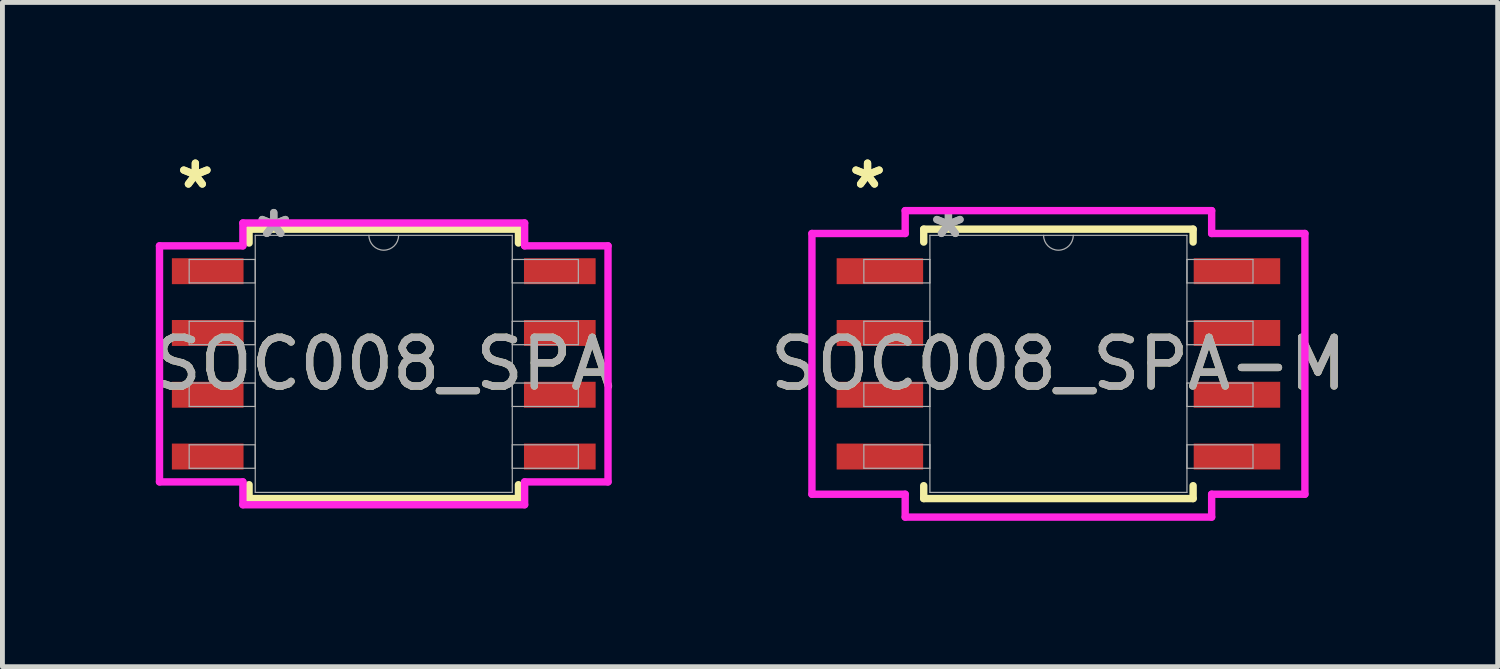
<source format=kicad_pcb>
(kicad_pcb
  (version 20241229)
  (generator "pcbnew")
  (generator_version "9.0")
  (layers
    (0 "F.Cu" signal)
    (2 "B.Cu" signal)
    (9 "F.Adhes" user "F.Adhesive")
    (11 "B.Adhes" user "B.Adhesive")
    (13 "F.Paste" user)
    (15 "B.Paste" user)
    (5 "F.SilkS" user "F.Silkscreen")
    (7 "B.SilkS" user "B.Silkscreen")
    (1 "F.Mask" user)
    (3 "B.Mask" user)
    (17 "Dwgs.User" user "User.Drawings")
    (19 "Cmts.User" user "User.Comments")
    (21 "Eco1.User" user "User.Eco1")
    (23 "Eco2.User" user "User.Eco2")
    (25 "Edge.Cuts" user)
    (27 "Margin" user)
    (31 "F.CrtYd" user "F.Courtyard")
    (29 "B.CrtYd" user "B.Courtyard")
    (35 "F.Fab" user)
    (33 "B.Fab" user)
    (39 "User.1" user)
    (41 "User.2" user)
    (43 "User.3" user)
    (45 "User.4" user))
  (footprint "SOC008_SPA-M"
    (layer "F.Cu")
    (at 18.708 4.43)
    (property "Reference" "SOC008_SPA-M" (at 0 0 0) (unlocked yes) (layer "F.SilkS") (effects (font (size 1 1) (thickness 0.15))))
    (attr smd)
    (fp_line (start -2.769 -2.769) (end -2.769 -2.504) (stroke (width 0.152) (type solid)) (layer "F.SilkS"))
    (fp_line (start -2.769 2.504) (end -2.769 2.769) (stroke (width 0.152) (type solid)) (layer "F.SilkS"))
    (fp_line (start -2.769 2.769) (end 2.769 2.769) (stroke (width 0.152) (type solid)) (layer "F.SilkS"))
    (fp_line (start 2.769 -2.769) (end -2.769 -2.769) (stroke (width 0.152) (type solid)) (layer "F.SilkS"))
    (fp_line (start 2.769 -2.504) (end 2.769 -2.769) (stroke (width 0.152) (type solid)) (layer "F.SilkS"))
    (fp_line (start 2.769 2.769) (end 2.769 2.504) (stroke (width 0.152) (type solid)) (layer "F.SilkS"))
    (fp_line (start -5.067 -2.68) (end -3.15 -2.68) (stroke (width 0.152) (type solid)) (layer "F.CrtYd"))
    (fp_line (start -5.067 2.68) (end -5.067 -2.68) (stroke (width 0.152) (type solid)) (layer "F.CrtYd"))
    (fp_line (start -5.067 2.68) (end -3.15 2.68) (stroke (width 0.152) (type solid)) (layer "F.CrtYd"))
    (fp_line (start -3.15 -3.15) (end 3.15 -3.15) (stroke (width 0.152) (type solid)) (layer "F.CrtYd"))
    (fp_line (start -3.15 -2.68) (end -3.15 -3.15) (stroke (width 0.152) (type solid)) (layer "F.CrtYd"))
    (fp_line (start -3.15 3.15) (end -3.15 2.68) (stroke (width 0.152) (type solid)) (layer "F.CrtYd"))
    (fp_line (start 3.15 -3.15) (end 3.15 -2.68) (stroke (width 0.152) (type solid)) (layer "F.CrtYd"))
    (fp_line (start 3.15 2.68) (end 3.15 3.15) (stroke (width 0.152) (type solid)) (layer "F.CrtYd"))
    (fp_line (start 3.15 3.15) (end -3.15 3.15) (stroke (width 0.152) (type solid)) (layer "F.CrtYd"))
    (fp_line (start 5.067 -2.68) (end 3.15 -2.68) (stroke (width 0.152) (type solid)) (layer "F.CrtYd"))
    (fp_line (start 5.067 -2.68) (end 5.067 2.68) (stroke (width 0.152) (type solid)) (layer "F.CrtYd"))
    (fp_line (start 5.067 2.68) (end 3.15 2.68) (stroke (width 0.152) (type solid)) (layer "F.CrtYd"))
    (fp_line (start -4 -2.146) (end -4 -1.664) (stroke (width 0.025) (type solid)) (layer "F.Fab"))
    (fp_line (start -4 -1.664) (end -2.642 -1.664) (stroke (width 0.025) (type solid)) (layer "F.Fab"))
    (fp_line (start -4 -0.876) (end -4 -0.394) (stroke (width 0.025) (type solid)) (layer "F.Fab"))
    (fp_line (start -4 -0.394) (end -2.642 -0.394) (stroke (width 0.025) (type solid)) (layer "F.Fab"))
    (fp_line (start -4 0.394) (end -4 0.876) (stroke (width 0.025) (type solid)) (layer "F.Fab"))
    (fp_line (start -4 0.876) (end -2.642 0.876) (stroke (width 0.025) (type solid)) (layer "F.Fab"))
    (fp_line (start -4 1.664) (end -4 2.146) (stroke (width 0.025) (type solid)) (layer "F.Fab"))
    (fp_line (start -4 2.146) (end -2.642 2.146) (stroke (width 0.025) (type solid)) (layer "F.Fab"))
    (fp_line (start -2.642 -2.642) (end -2.642 2.642) (stroke (width 0.025) (type solid)) (layer "F.Fab"))
    (fp_line (start -2.642 -2.146) (end -4 -2.146) (stroke (width 0.025) (type solid)) (layer "F.Fab"))
    (fp_line (start -2.642 -1.664) (end -2.642 -2.146) (stroke (width 0.025) (type solid)) (layer "F.Fab"))
    (fp_line (start -2.642 -0.876) (end -4 -0.876) (stroke (width 0.025) (type solid)) (layer "F.Fab"))
    (fp_line (start -2.642 -0.394) (end -2.642 -0.876) (stroke (width 0.025) (type solid)) (layer "F.Fab"))
    (fp_line (start -2.642 0.394) (end -4 0.394) (stroke (width 0.025) (type solid)) (layer "F.Fab"))
    (fp_line (start -2.642 0.876) (end -2.642 0.394) (stroke (width 0.025) (type solid)) (layer "F.Fab"))
    (fp_line (start -2.642 1.664) (end -4 1.664) (stroke (width 0.025) (type solid)) (layer "F.Fab"))
    (fp_line (start -2.642 2.146) (end -2.642 1.664) (stroke (width 0.025) (type solid)) (layer "F.Fab"))
    (fp_line (start -2.642 2.642) (end 2.642 2.642) (stroke (width 0.025) (type solid)) (layer "F.Fab"))
    (fp_line (start 2.642 -2.642) (end -2.642 -2.642) (stroke (width 0.025) (type solid)) (layer "F.Fab"))
    (fp_line (start 2.642 -2.146) (end 2.642 -1.664) (stroke (width 0.025) (type solid)) (layer "F.Fab"))
    (fp_line (start 2.642 -1.664) (end 4 -1.664) (stroke (width 0.025) (type solid)) (layer "F.Fab"))
    (fp_line (start 2.642 -0.876) (end 2.642 -0.394) (stroke (width 0.025) (type solid)) (layer "F.Fab"))
    (fp_line (start 2.642 -0.394) (end 4 -0.394) (stroke (width 0.025) (type solid)) (layer "F.Fab"))
    (fp_line (start 2.642 0.394) (end 2.642 0.876) (stroke (width 0.025) (type solid)) (layer "F.Fab"))
    (fp_line (start 2.642 0.876) (end 4 0.876) (stroke (width 0.025) (type solid)) (layer "F.Fab"))
    (fp_line (start 2.642 1.664) (end 2.642 2.146) (stroke (width 0.025) (type solid)) (layer "F.Fab"))
    (fp_line (start 2.642 2.146) (end 4 2.146) (stroke (width 0.025) (type solid)) (layer "F.Fab"))
    (fp_line (start 2.642 2.642) (end 2.642 -2.642) (stroke (width 0.025) (type solid)) (layer "F.Fab"))
    (fp_line (start 4 -2.146) (end 2.642 -2.146) (stroke (width 0.025) (type solid)) (layer "F.Fab"))
    (fp_line (start 4 -1.664) (end 4 -2.146) (stroke (width 0.025) (type solid)) (layer "F.Fab"))
    (fp_line (start 4 -0.876) (end 2.642 -0.876) (stroke (width 0.025) (type solid)) (layer "F.Fab"))
    (fp_line (start 4 -0.394) (end 4 -0.876) (stroke (width 0.025) (type solid)) (layer "F.Fab"))
    (fp_line (start 4 0.394) (end 2.642 0.394) (stroke (width 0.025) (type solid)) (layer "F.Fab"))
    (fp_line (start 4 0.876) (end 4 0.394) (stroke (width 0.025) (type solid)) (layer "F.Fab"))
    (fp_line (start 4 1.664) (end 2.642 1.664) (stroke (width 0.025) (type solid)) (layer "F.Fab"))
    (fp_line (start 4 2.146) (end 4 1.664) (stroke (width 0.025) (type solid)) (layer "F.Fab"))
    (fp_arc (start 0.3048 -2.6416) (mid 0 -2.3368) (end -0.3048 -2.6416) (stroke (width 0.0254) (type solid)) (layer "F.Fab"))
    (fp_text user "*" (at -3.924 -3.581 0) (layer "F.SilkS") (effects (font (size 1 1) (thickness 0.15))))
    (fp_text user "*" (at -3.924 -3.581 0) (unlocked yes) (layer "F.SilkS") (effects (font (size 1 1) (thickness 0.15))))
    (fp_text user "*" (at -2.261 -2.565 0) (layer "F.Fab") (effects (font (size 1 1) (thickness 0.15))))
    (fp_text user "*" (at -2.261 -2.565 0) (unlocked yes) (layer "F.Fab") (effects (font (size 1 1) (thickness 0.15))))
    (fp_text user "${REFERENCE}" (at 0 0 0) (unlocked yes) (layer "F.Fab") (effects (font (size 1 1) (thickness 0.15))))
    (pad "1" smd rect (at -3.67 -1.905) (size 1.778 0.533) (layers "F.Cu" "F.Mask" "F.Paste"))
    (pad "2" smd rect (at -3.67 -0.635) (size 1.778 0.533) (layers "F.Cu" "F.Mask" "F.Paste"))
    (pad "3" smd rect (at -3.67 0.635) (size 1.778 0.533) (layers "F.Cu" "F.Mask" "F.Paste"))
    (pad "4" smd rect (at -3.67 1.905) (size 1.778 0.533) (layers "F.Cu" "F.Mask" "F.Paste"))
    (pad "5" smd rect (at 3.67 1.905) (size 1.778 0.533) (layers "F.Cu" "F.Mask" "F.Paste"))
    (pad "6" smd rect (at 3.67 0.635) (size 1.778 0.533) (layers "F.Cu" "F.Mask" "F.Paste"))
    (pad "7" smd rect (at 3.67 -0.635) (size 1.778 0.533) (layers "F.Cu" "F.Mask" "F.Paste"))
    (pad "8" smd rect (at 3.67 -1.905) (size 1.778 0.533) (layers "F.Cu" "F.Mask" "F.Paste")))
  (footprint "SOC008_SPA"
    (layer "F.Cu")
    (at 4.839 4.43)
    (property "Reference" "SOC008_SPA" (at 0 0 0) (unlocked yes) (layer "F.SilkS") (effects (font (size 1 1) (thickness 0.15))))
    (attr smd)
    (fp_line (start -2.769 -2.769) (end -2.769 -2.484) (stroke (width 0.152) (type solid)) (layer "F.SilkS"))
    (fp_line (start -2.769 2.484) (end -2.769 2.769) (stroke (width 0.152) (type solid)) (layer "F.SilkS"))
    (fp_line (start -2.769 2.769) (end 2.769 2.769) (stroke (width 0.152) (type solid)) (layer "F.SilkS"))
    (fp_line (start 2.769 -2.769) (end -2.769 -2.769) (stroke (width 0.152) (type solid)) (layer "F.SilkS"))
    (fp_line (start 2.769 -2.484) (end 2.769 -2.769) (stroke (width 0.152) (type solid)) (layer "F.SilkS"))
    (fp_line (start 2.769 2.769) (end 2.769 2.484) (stroke (width 0.152) (type solid)) (layer "F.SilkS"))
    (fp_line (start -4.61 -2.426) (end -2.896 -2.426) (stroke (width 0.152) (type solid)) (layer "F.CrtYd"))
    (fp_line (start -4.61 2.426) (end -4.61 -2.426) (stroke (width 0.152) (type solid)) (layer "F.CrtYd"))
    (fp_line (start -4.61 2.426) (end -2.896 2.426) (stroke (width 0.152) (type solid)) (layer "F.CrtYd"))
    (fp_line (start -2.896 -2.896) (end 2.896 -2.896) (stroke (width 0.152) (type solid)) (layer "F.CrtYd"))
    (fp_line (start -2.896 -2.426) (end -2.896 -2.896) (stroke (width 0.152) (type solid)) (layer "F.CrtYd"))
    (fp_line (start -2.896 2.896) (end -2.896 2.426) (stroke (width 0.152) (type solid)) (layer "F.CrtYd"))
    (fp_line (start 2.896 -2.896) (end 2.896 -2.426) (stroke (width 0.152) (type solid)) (layer "F.CrtYd"))
    (fp_line (start 2.896 2.426) (end 2.896 2.896) (stroke (width 0.152) (type solid)) (layer "F.CrtYd"))
    (fp_line (start 2.896 2.896) (end -2.896 2.896) (stroke (width 0.152) (type solid)) (layer "F.CrtYd"))
    (fp_line (start 4.61 -2.426) (end 2.896 -2.426) (stroke (width 0.152) (type solid)) (layer "F.CrtYd"))
    (fp_line (start 4.61 -2.426) (end 4.61 2.426) (stroke (width 0.152) (type solid)) (layer "F.CrtYd"))
    (fp_line (start 4.61 2.426) (end 2.896 2.426) (stroke (width 0.152) (type solid)) (layer "F.CrtYd"))
    (fp_line (start -4 -2.146) (end -4 -1.664) (stroke (width 0.025) (type solid)) (layer "F.Fab"))
    (fp_line (start -4 -1.664) (end -2.642 -1.664) (stroke (width 0.025) (type solid)) (layer "F.Fab"))
    (fp_line (start -4 -0.876) (end -4 -0.394) (stroke (width 0.025) (type solid)) (layer "F.Fab"))
    (fp_line (start -4 -0.394) (end -2.642 -0.394) (stroke (width 0.025) (type solid)) (layer "F.Fab"))
    (fp_line (start -4 0.394) (end -4 0.876) (stroke (width 0.025) (type solid)) (layer "F.Fab"))
    (fp_line (start -4 0.876) (end -2.642 0.876) (stroke (width 0.025) (type solid)) (layer "F.Fab"))
    (fp_line (start -4 1.664) (end -4 2.146) (stroke (width 0.025) (type solid)) (layer "F.Fab"))
    (fp_line (start -4 2.146) (end -2.642 2.146) (stroke (width 0.025) (type solid)) (layer "F.Fab"))
    (fp_line (start -2.642 -2.642) (end -2.642 2.642) (stroke (width 0.025) (type solid)) (layer "F.Fab"))
    (fp_line (start -2.642 -2.146) (end -4 -2.146) (stroke (width 0.025) (type solid)) (layer "F.Fab"))
    (fp_line (start -2.642 -1.664) (end -2.642 -2.146) (stroke (width 0.025) (type solid)) (layer "F.Fab"))
    (fp_line (start -2.642 -0.876) (end -4 -0.876) (stroke (width 0.025) (type solid)) (layer "F.Fab"))
    (fp_line (start -2.642 -0.394) (end -2.642 -0.876) (stroke (width 0.025) (type solid)) (layer "F.Fab"))
    (fp_line (start -2.642 0.394) (end -4 0.394) (stroke (width 0.025) (type solid)) (layer "F.Fab"))
    (fp_line (start -2.642 0.876) (end -2.642 0.394) (stroke (width 0.025) (type solid)) (layer "F.Fab"))
    (fp_line (start -2.642 1.664) (end -4 1.664) (stroke (width 0.025) (type solid)) (layer "F.Fab"))
    (fp_line (start -2.642 2.146) (end -2.642 1.664) (stroke (width 0.025) (type solid)) (layer "F.Fab"))
    (fp_line (start -2.642 2.642) (end 2.642 2.642) (stroke (width 0.025) (type solid)) (layer "F.Fab"))
    (fp_line (start 2.642 -2.642) (end -2.642 -2.642) (stroke (width 0.025) (type solid)) (layer "F.Fab"))
    (fp_line (start 2.642 -2.146) (end 2.642 -1.664) (stroke (width 0.025) (type solid)) (layer "F.Fab"))
    (fp_line (start 2.642 -1.664) (end 4 -1.664) (stroke (width 0.025) (type solid)) (layer "F.Fab"))
    (fp_line (start 2.642 -0.876) (end 2.642 -0.394) (stroke (width 0.025) (type solid)) (layer "F.Fab"))
    (fp_line (start 2.642 -0.394) (end 4 -0.394) (stroke (width 0.025) (type solid)) (layer "F.Fab"))
    (fp_line (start 2.642 0.394) (end 2.642 0.876) (stroke (width 0.025) (type solid)) (layer "F.Fab"))
    (fp_line (start 2.642 0.876) (end 4 0.876) (stroke (width 0.025) (type solid)) (layer "F.Fab"))
    (fp_line (start 2.642 1.664) (end 2.642 2.146) (stroke (width 0.025) (type solid)) (layer "F.Fab"))
    (fp_line (start 2.642 2.146) (end 4 2.146) (stroke (width 0.025) (type solid)) (layer "F.Fab"))
    (fp_line (start 2.642 2.642) (end 2.642 -2.642) (stroke (width 0.025) (type solid)) (layer "F.Fab"))
    (fp_line (start 4 -2.146) (end 2.642 -2.146) (stroke (width 0.025) (type solid)) (layer "F.Fab"))
    (fp_line (start 4 -1.664) (end 4 -2.146) (stroke (width 0.025) (type solid)) (layer "F.Fab"))
    (fp_line (start 4 -0.876) (end 2.642 -0.876) (stroke (width 0.025) (type solid)) (layer "F.Fab"))
    (fp_line (start 4 -0.394) (end 4 -0.876) (stroke (width 0.025) (type solid)) (layer "F.Fab"))
    (fp_line (start 4 0.394) (end 2.642 0.394) (stroke (width 0.025) (type solid)) (layer "F.Fab"))
    (fp_line (start 4 0.876) (end 4 0.394) (stroke (width 0.025) (type solid)) (layer "F.Fab"))
    (fp_line (start 4 1.664) (end 2.642 1.664) (stroke (width 0.025) (type solid)) (layer "F.Fab"))
    (fp_line (start 4 2.146) (end 4 1.664) (stroke (width 0.025) (type solid)) (layer "F.Fab"))
    (fp_arc (start 0.3048 -2.6416) (mid 0 -2.3368) (end -0.3048 -2.6416) (stroke (width 0.0254) (type solid)) (layer "F.Fab"))
    (fp_text user "*" (at -3.873 -3.581 0) (layer "F.SilkS") (effects (font (size 1 1) (thickness 0.15))))
    (fp_text user "*" (at -3.873 -3.581 0) (unlocked yes) (layer "F.SilkS") (effects (font (size 1 1) (thickness 0.15))))
    (fp_text user "*" (at -2.261 -2.565 0) (layer "F.Fab") (effects (font (size 1 1) (thickness 0.15))))
    (fp_text user "${REFERENCE}" (at 0 0 0) (unlocked yes) (layer "F.Fab") (effects (font (size 1 1) (thickness 0.15))))
    (fp_text user "*" (at -2.261 -2.565 0) (unlocked yes) (layer "F.Fab") (effects (font (size 1 1) (thickness 0.15))))
    (pad "1" smd rect (at -3.619 -1.905) (size 1.473 0.533) (layers "F.Cu" "F.Mask" "F.Paste"))
    (pad "2" smd rect (at -3.619 -0.635) (size 1.473 0.533) (layers "F.Cu" "F.Mask" "F.Paste"))
    (pad "3" smd rect (at -3.619 0.635) (size 1.473 0.533) (layers "F.Cu" "F.Mask" "F.Paste"))
    (pad "4" smd rect (at -3.619 1.905) (size 1.473 0.533) (layers "F.Cu" "F.Mask" "F.Paste"))
    (pad "5" smd rect (at 3.619 1.905) (size 1.473 0.533) (layers "F.Cu" "F.Mask" "F.Paste"))
    (pad "6" smd rect (at 3.619 0.635) (size 1.473 0.533) (layers "F.Cu" "F.Mask" "F.Paste"))
    (pad "7" smd rect (at 3.619 -0.635) (size 1.473 0.533) (layers "F.Cu" "F.Mask" "F.Paste"))
    (pad "8" smd rect (at 3.619 -1.905) (size 1.473 0.533) (layers "F.Cu" "F.Mask" "F.Paste")))
  (gr_rect
    (start -3 -3)
    (end 27.738 10.655)
    (stroke (width 0.1) (type default))
    (fill no)
    (layer "Edge.Cuts")))
</source>
